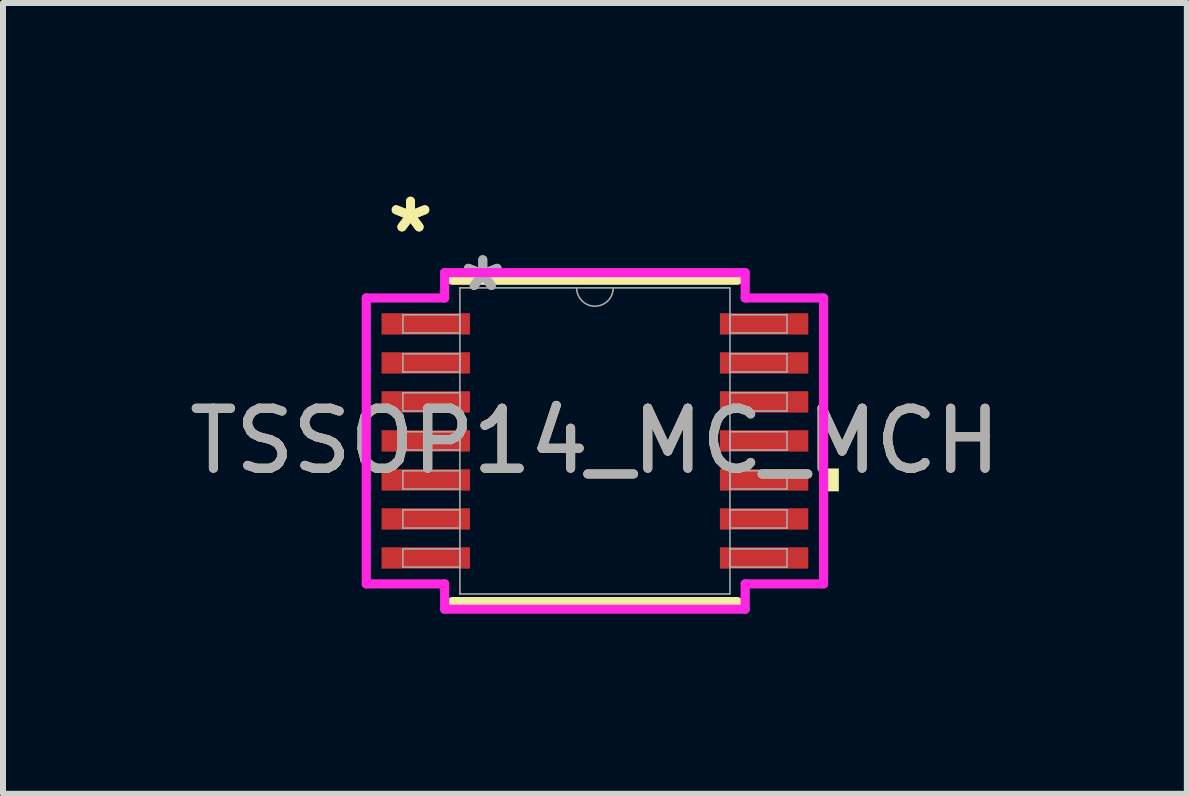
<source format=kicad_pcb>
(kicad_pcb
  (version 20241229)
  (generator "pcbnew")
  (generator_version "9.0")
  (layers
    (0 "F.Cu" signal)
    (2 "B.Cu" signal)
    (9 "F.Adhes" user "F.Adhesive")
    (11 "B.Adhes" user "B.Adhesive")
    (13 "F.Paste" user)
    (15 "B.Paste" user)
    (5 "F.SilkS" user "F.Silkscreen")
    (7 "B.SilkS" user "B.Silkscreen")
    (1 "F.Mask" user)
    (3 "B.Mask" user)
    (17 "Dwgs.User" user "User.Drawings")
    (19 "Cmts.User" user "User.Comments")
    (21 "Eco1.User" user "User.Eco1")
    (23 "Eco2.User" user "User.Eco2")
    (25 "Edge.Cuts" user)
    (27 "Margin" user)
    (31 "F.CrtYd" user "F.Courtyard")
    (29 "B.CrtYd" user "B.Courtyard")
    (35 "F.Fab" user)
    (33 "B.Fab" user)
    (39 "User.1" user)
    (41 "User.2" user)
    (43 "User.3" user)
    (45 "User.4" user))
  (footprint "TSSOP14_MC_MCH"
    (layer "F.Cu")
    (at 6.863 4.297)
    (property "Reference" "TSSOP14_MC_MCH" (at 0 0 0) (unlocked yes) (layer "F.SilkS") (effects (font (size 1 1) (thickness 0.15))))
    (attr smd)
    (fp_line (start -2.377 2.677) (end 2.377 2.677) (stroke (width 0.152) (type solid)) (layer "F.SilkS"))
    (fp_line (start 2.377 -2.677) (end -2.377 -2.677) (stroke (width 0.152) (type solid)) (layer "F.SilkS"))
    (fp_poly (pts (xy 4.064 0.459) (xy 4.064 0.84) (xy 3.81 0.84) (xy 3.81 0.459)) (stroke (width 0) (type solid)) (fill yes) (layer "F.SilkS"))
    (fp_line (start -3.81 -2.382) (end -2.504 -2.382) (stroke (width 0.152) (type solid)) (layer "F.CrtYd"))
    (fp_line (start -3.81 2.382) (end -3.81 -2.382) (stroke (width 0.152) (type solid)) (layer "F.CrtYd"))
    (fp_line (start -3.81 2.382) (end -2.504 2.382) (stroke (width 0.152) (type solid)) (layer "F.CrtYd"))
    (fp_line (start -2.504 -2.804) (end 2.504 -2.804) (stroke (width 0.152) (type solid)) (layer "F.CrtYd"))
    (fp_line (start -2.504 -2.382) (end -2.504 -2.804) (stroke (width 0.152) (type solid)) (layer "F.CrtYd"))
    (fp_line (start -2.504 2.804) (end -2.504 2.382) (stroke (width 0.152) (type solid)) (layer "F.CrtYd"))
    (fp_line (start 2.504 -2.804) (end 2.504 -2.382) (stroke (width 0.152) (type solid)) (layer "F.CrtYd"))
    (fp_line (start 2.504 2.382) (end 2.504 2.804) (stroke (width 0.152) (type solid)) (layer "F.CrtYd"))
    (fp_line (start 2.504 2.804) (end -2.504 2.804) (stroke (width 0.152) (type solid)) (layer "F.CrtYd"))
    (fp_line (start 3.81 -2.382) (end 2.504 -2.382) (stroke (width 0.152) (type solid)) (layer "F.CrtYd"))
    (fp_line (start 3.81 -2.382) (end 3.81 2.382) (stroke (width 0.152) (type solid)) (layer "F.CrtYd"))
    (fp_line (start 3.81 2.382) (end 2.504 2.382) (stroke (width 0.152) (type solid)) (layer "F.CrtYd"))
    (fp_line (start -3.2 -2.102) (end -3.2 -1.798) (stroke (width 0.025) (type solid)) (layer "F.Fab"))
    (fp_line (start -3.2 -1.798) (end -2.25 -1.798) (stroke (width 0.025) (type solid)) (layer "F.Fab"))
    (fp_line (start -3.2 -1.452) (end -3.2 -1.148) (stroke (width 0.025) (type solid)) (layer "F.Fab"))
    (fp_line (start -3.2 -1.148) (end -2.25 -1.148) (stroke (width 0.025) (type solid)) (layer "F.Fab"))
    (fp_line (start -3.2 -0.802) (end -3.2 -0.498) (stroke (width 0.025) (type solid)) (layer "F.Fab"))
    (fp_line (start -3.2 -0.498) (end -2.25 -0.498) (stroke (width 0.025) (type solid)) (layer "F.Fab"))
    (fp_line (start -3.2 -0.152) (end -3.2 0.152) (stroke (width 0.025) (type solid)) (layer "F.Fab"))
    (fp_line (start -3.2 0.152) (end -2.25 0.152) (stroke (width 0.025) (type solid)) (layer "F.Fab"))
    (fp_line (start -3.2 0.498) (end -3.2 0.802) (stroke (width 0.025) (type solid)) (layer "F.Fab"))
    (fp_line (start -3.2 0.802) (end -2.25 0.802) (stroke (width 0.025) (type solid)) (layer "F.Fab"))
    (fp_line (start -3.2 1.148) (end -3.2 1.452) (stroke (width 0.025) (type solid)) (layer "F.Fab"))
    (fp_line (start -3.2 1.452) (end -2.25 1.452) (stroke (width 0.025) (type solid)) (layer "F.Fab"))
    (fp_line (start -3.2 1.798) (end -3.2 2.102) (stroke (width 0.025) (type solid)) (layer "F.Fab"))
    (fp_line (start -3.2 2.102) (end -2.25 2.102) (stroke (width 0.025) (type solid)) (layer "F.Fab"))
    (fp_line (start -2.25 -2.55) (end -2.25 2.55) (stroke (width 0.025) (type solid)) (layer "F.Fab"))
    (fp_line (start -2.25 -2.102) (end -3.2 -2.102) (stroke (width 0.025) (type solid)) (layer "F.Fab"))
    (fp_line (start -2.25 -1.798) (end -2.25 -2.102) (stroke (width 0.025) (type solid)) (layer "F.Fab"))
    (fp_line (start -2.25 -1.452) (end -3.2 -1.452) (stroke (width 0.025) (type solid)) (layer "F.Fab"))
    (fp_line (start -2.25 -1.148) (end -2.25 -1.452) (stroke (width 0.025) (type solid)) (layer "F.Fab"))
    (fp_line (start -2.25 -0.802) (end -3.2 -0.802) (stroke (width 0.025) (type solid)) (layer "F.Fab"))
    (fp_line (start -2.25 -0.498) (end -2.25 -0.802) (stroke (width 0.025) (type solid)) (layer "F.Fab"))
    (fp_line (start -2.25 -0.152) (end -3.2 -0.152) (stroke (width 0.025) (type solid)) (layer "F.Fab"))
    (fp_line (start -2.25 0.152) (end -2.25 -0.152) (stroke (width 0.025) (type solid)) (layer "F.Fab"))
    (fp_line (start -2.25 0.498) (end -3.2 0.498) (stroke (width 0.025) (type solid)) (layer "F.Fab"))
    (fp_line (start -2.25 0.802) (end -2.25 0.498) (stroke (width 0.025) (type solid)) (layer "F.Fab"))
    (fp_line (start -2.25 1.148) (end -3.2 1.148) (stroke (width 0.025) (type solid)) (layer "F.Fab"))
    (fp_line (start -2.25 1.452) (end -2.25 1.148) (stroke (width 0.025) (type solid)) (layer "F.Fab"))
    (fp_line (start -2.25 1.798) (end -3.2 1.798) (stroke (width 0.025) (type solid)) (layer "F.Fab"))
    (fp_line (start -2.25 2.102) (end -2.25 1.798) (stroke (width 0.025) (type solid)) (layer "F.Fab"))
    (fp_line (start -2.25 2.55) (end 2.25 2.55) (stroke (width 0.025) (type solid)) (layer "F.Fab"))
    (fp_line (start 2.25 -2.55) (end -2.25 -2.55) (stroke (width 0.025) (type solid)) (layer "F.Fab"))
    (fp_line (start 2.25 -2.102) (end 2.25 -1.798) (stroke (width 0.025) (type solid)) (layer "F.Fab"))
    (fp_line (start 2.25 -1.798) (end 3.2 -1.798) (stroke (width 0.025) (type solid)) (layer "F.Fab"))
    (fp_line (start 2.25 -1.452) (end 2.25 -1.148) (stroke (width 0.025) (type solid)) (layer "F.Fab"))
    (fp_line (start 2.25 -1.148) (end 3.2 -1.148) (stroke (width 0.025) (type solid)) (layer "F.Fab"))
    (fp_line (start 2.25 -0.802) (end 2.25 -0.498) (stroke (width 0.025) (type solid)) (layer "F.Fab"))
    (fp_line (start 2.25 -0.498) (end 3.2 -0.498) (stroke (width 0.025) (type solid)) (layer "F.Fab"))
    (fp_line (start 2.25 -0.152) (end 2.25 0.152) (stroke (width 0.025) (type solid)) (layer "F.Fab"))
    (fp_line (start 2.25 0.152) (end 3.2 0.152) (stroke (width 0.025) (type solid)) (layer "F.Fab"))
    (fp_line (start 2.25 0.498) (end 2.25 0.802) (stroke (width 0.025) (type solid)) (layer "F.Fab"))
    (fp_line (start 2.25 0.802) (end 3.2 0.802) (stroke (width 0.025) (type solid)) (layer "F.Fab"))
    (fp_line (start 2.25 1.148) (end 2.25 1.452) (stroke (width 0.025) (type solid)) (layer "F.Fab"))
    (fp_line (start 2.25 1.452) (end 3.2 1.452) (stroke (width 0.025) (type solid)) (layer "F.Fab"))
    (fp_line (start 2.25 1.798) (end 2.25 2.102) (stroke (width 0.025) (type solid)) (layer "F.Fab"))
    (fp_line (start 2.25 2.102) (end 3.2 2.102) (stroke (width 0.025) (type solid)) (layer "F.Fab"))
    (fp_line (start 2.25 2.55) (end 2.25 -2.55) (stroke (width 0.025) (type solid)) (layer "F.Fab"))
    (fp_line (start 3.2 -2.102) (end 2.25 -2.102) (stroke (width 0.025) (type solid)) (layer "F.Fab"))
    (fp_line (start 3.2 -1.798) (end 3.2 -2.102) (stroke (width 0.025) (type solid)) (layer "F.Fab"))
    (fp_line (start 3.2 -1.452) (end 2.25 -1.452) (stroke (width 0.025) (type solid)) (layer "F.Fab"))
    (fp_line (start 3.2 -1.148) (end 3.2 -1.452) (stroke (width 0.025) (type solid)) (layer "F.Fab"))
    (fp_line (start 3.2 -0.802) (end 2.25 -0.802) (stroke (width 0.025) (type solid)) (layer "F.Fab"))
    (fp_line (start 3.2 -0.498) (end 3.2 -0.802) (stroke (width 0.025) (type solid)) (layer "F.Fab"))
    (fp_line (start 3.2 -0.152) (end 2.25 -0.152) (stroke (width 0.025) (type solid)) (layer "F.Fab"))
    (fp_line (start 3.2 0.152) (end 3.2 -0.152) (stroke (width 0.025) (type solid)) (layer "F.Fab"))
    (fp_line (start 3.2 0.498) (end 2.25 0.498) (stroke (width 0.025) (type solid)) (layer "F.Fab"))
    (fp_line (start 3.2 0.802) (end 3.2 0.498) (stroke (width 0.025) (type solid)) (layer "F.Fab"))
    (fp_line (start 3.2 1.148) (end 2.25 1.148) (stroke (width 0.025) (type solid)) (layer "F.Fab"))
    (fp_line (start 3.2 1.452) (end 3.2 1.148) (stroke (width 0.025) (type solid)) (layer "F.Fab"))
    (fp_line (start 3.2 1.798) (end 2.25 1.798) (stroke (width 0.025) (type solid)) (layer "F.Fab"))
    (fp_line (start 3.2 2.102) (end 3.2 1.798) (stroke (width 0.025) (type solid)) (layer "F.Fab"))
    (fp_arc (start 0.3048 -2.55) (mid 0 -2.2452) (end -0.3048 -2.55) (stroke (width 0.0254) (type solid)) (layer "F.Fab"))
    (fp_text user "*" (at -3.073 -3.449 0) (unlocked yes) (layer "F.SilkS") (effects (font (size 1 1) (thickness 0.15))))
    (fp_text user "*" (at -3.073 -3.449 0) (layer "F.SilkS") (effects (font (size 1 1) (thickness 0.15))))
    (fp_text user "*" (at -1.869 -2.474 0) (unlocked yes) (layer "F.Fab") (effects (font (size 1 1) (thickness 0.15))))
    (fp_text user "*" (at -1.869 -2.474 0) (layer "F.Fab") (effects (font (size 1 1) (thickness 0.15))))
    (fp_text user "${REFERENCE}" (at 0 0 0) (unlocked yes) (layer "F.Fab") (effects (font (size 1 1) (thickness 0.15))))
    (pad "1" smd rect (at -2.819 -1.95) (size 1.473 0.356) (layers "F.Cu" "F.Mask" "F.Paste"))
    (pad "2" smd rect (at -2.819 -1.3) (size 1.473 0.356) (layers "F.Cu" "F.Mask" "F.Paste"))
    (pad "3" smd rect (at -2.819 -0.65) (size 1.473 0.356) (layers "F.Cu" "F.Mask" "F.Paste"))
    (pad "4" smd rect (at -2.819 0) (size 1.473 0.356) (layers "F.Cu" "F.Mask" "F.Paste"))
    (pad "5" smd rect (at -2.819 0.65) (size 1.473 0.356) (layers "F.Cu" "F.Mask" "F.Paste"))
    (pad "6" smd rect (at -2.819 1.3) (size 1.473 0.356) (layers "F.Cu" "F.Mask" "F.Paste"))
    (pad "7" smd rect (at -2.819 1.95) (size 1.473 0.356) (layers "F.Cu" "F.Mask" "F.Paste"))
    (pad "8" smd rect (at 2.819 1.95) (size 1.473 0.356) (layers "F.Cu" "F.Mask" "F.Paste"))
    (pad "9" smd rect (at 2.819 1.3) (size 1.473 0.356) (layers "F.Cu" "F.Mask" "F.Paste"))
    (pad "10" smd rect (at 2.819 0.65) (size 1.473 0.356) (layers "F.Cu" "F.Mask" "F.Paste"))
    (pad "11" smd rect (at 2.819 0) (size 1.473 0.356) (layers "F.Cu" "F.Mask" "F.Paste"))
    (pad "12" smd rect (at 2.819 -0.65) (size 1.473 0.356) (layers "F.Cu" "F.Mask" "F.Paste"))
    (pad "13" smd rect (at 2.819 -1.3) (size 1.473 0.356) (layers "F.Cu" "F.Mask" "F.Paste"))
    (pad "14" smd rect (at 2.819 -1.95) (size 1.473 0.356) (layers "F.Cu" "F.Mask" "F.Paste")))
  (gr_rect
    (start -3 -3)
    (end 16.726 10.177)
    (stroke (width 0.1) (type default))
    (fill no)
    (layer "Edge.Cuts")))
</source>
